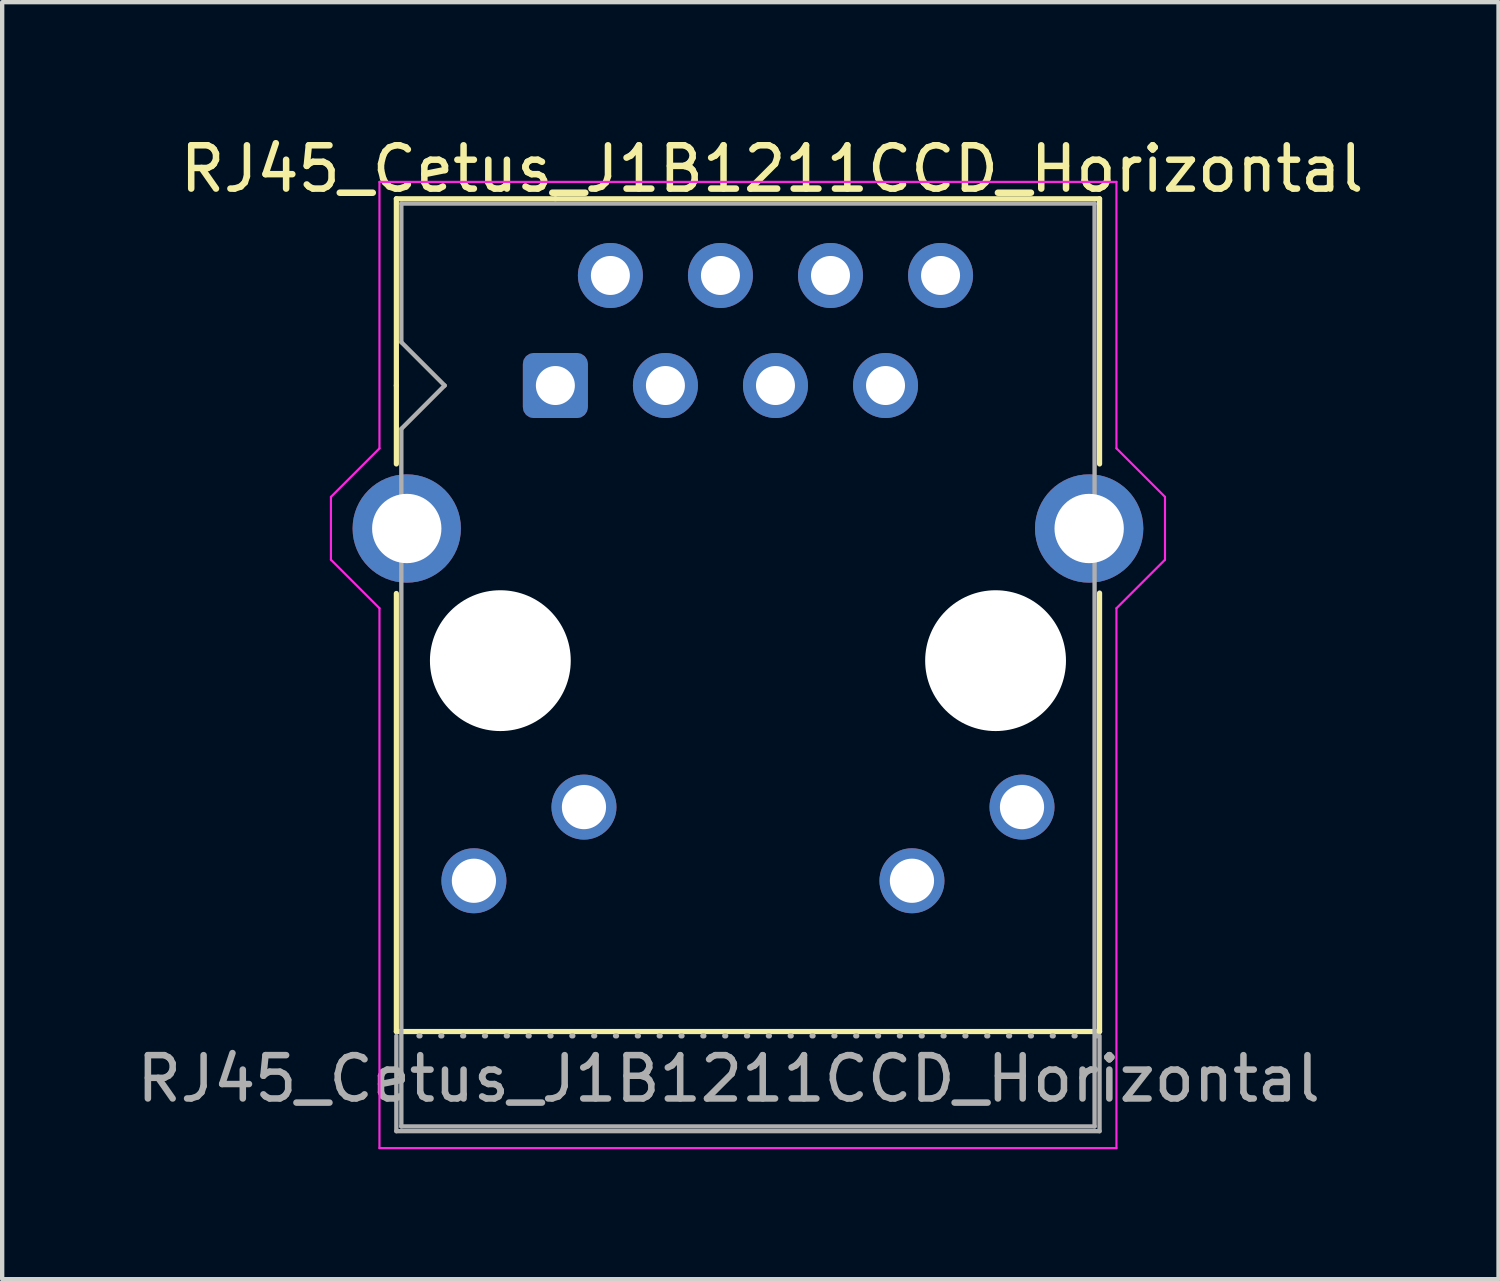
<source format=kicad_pcb>
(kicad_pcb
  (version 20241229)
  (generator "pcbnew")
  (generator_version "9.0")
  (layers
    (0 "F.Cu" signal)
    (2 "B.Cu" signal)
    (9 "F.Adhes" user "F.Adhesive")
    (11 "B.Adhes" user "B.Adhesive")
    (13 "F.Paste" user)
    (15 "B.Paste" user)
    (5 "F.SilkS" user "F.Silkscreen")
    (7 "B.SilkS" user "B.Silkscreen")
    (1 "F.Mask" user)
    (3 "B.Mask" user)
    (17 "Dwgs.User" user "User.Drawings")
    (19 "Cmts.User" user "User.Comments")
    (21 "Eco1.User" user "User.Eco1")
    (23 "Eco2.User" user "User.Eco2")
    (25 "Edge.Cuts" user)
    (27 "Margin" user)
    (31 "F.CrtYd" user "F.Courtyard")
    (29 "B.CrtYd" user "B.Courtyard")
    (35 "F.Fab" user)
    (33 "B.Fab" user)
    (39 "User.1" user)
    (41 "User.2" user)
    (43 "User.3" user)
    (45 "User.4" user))
  (footprint "RJ45_Cetus_J1B1211CCD_Horizontal"
    (layer "F.Cu")
    (at 9.768 5.848)
    (property "Reference" "RJ45_Cetus_J1B1211CCD_Horizontal" (at 5 -5 0) (layer "F.SilkS") (effects (font (size 1 1) (thickness 0.15))))
    (attr through_hole)
    (fp_line (start -3.67 -4.31) (end 0 -4.31) (stroke (width 0.12) (type default)) (layer "F.SilkS"))
    (fp_line (start -3.67 0) (end -3.67 -4.31) (stroke (width 0.12) (type default)) (layer "F.SilkS"))
    (fp_line (start -3.67 0) (end -3.67 1.81) (stroke (width 0.12) (type solid)) (layer "F.SilkS"))
    (fp_line (start -3.67 4.8) (end -3.67 14.91) (stroke (width 0.12) (type solid)) (layer "F.SilkS"))
    (fp_line (start 0 -4.31) (end 12.56 -4.31) (stroke (width 0.12) (type solid)) (layer "F.SilkS"))
    (fp_line (start 12.56 -4.31) (end 12.56 1.81) (stroke (width 0.12) (type solid)) (layer "F.SilkS"))
    (fp_line (start 12.56 4.79) (end 12.56 14.91) (stroke (width 0.12) (type solid)) (layer "F.SilkS"))
    (fp_line (start 12.56 14.91) (end -3.67 14.91) (stroke (width 0.12) (type solid)) (layer "F.SilkS"))
    (fp_line (start -5.18 4.02) (end -5.18 2.57) (stroke (width 0.05) (type solid)) (layer "F.CrtYd"))
    (fp_line (start -5.18 4.02) (end -4.06 5.14) (stroke (width 0.05) (type solid)) (layer "F.CrtYd"))
    (fp_line (start -4.06 -4.7) (end 12.95 -4.7) (stroke (width 0.05) (type solid)) (layer "F.CrtYd"))
    (fp_line (start -4.06 1.45) (end -5.18 2.57) (stroke (width 0.05) (type solid)) (layer "F.CrtYd"))
    (fp_line (start -4.06 1.45) (end -4.06 -4.7) (stroke (width 0.05) (type solid)) (layer "F.CrtYd"))
    (fp_line (start -4.06 5.14) (end -4.06 17.6) (stroke (width 0.05) (type solid)) (layer "F.CrtYd"))
    (fp_line (start -4.06 17.6) (end 12.95 17.6) (stroke (width 0.05) (type solid)) (layer "F.CrtYd"))
    (fp_line (start 12.95 1.45) (end 12.95 -4.7) (stroke (width 0.05) (type solid)) (layer "F.CrtYd"))
    (fp_line (start 12.95 1.45) (end 14.07 2.57) (stroke (width 0.05) (type solid)) (layer "F.CrtYd"))
    (fp_line (start 12.95 5.14) (end 12.95 17.6) (stroke (width 0.05) (type solid)) (layer "F.CrtYd"))
    (fp_line (start 14.07 4.02) (end 12.95 5.14) (stroke (width 0.05) (type solid)) (layer "F.CrtYd"))
    (fp_line (start 14.07 4.02) (end 14.07 2.57) (stroke (width 0.05) (type solid)) (layer "F.CrtYd"))
    (fp_line (start -3.67 15.01) (end -3.67 17.21) (stroke (width 0.1) (type default)) (layer "F.Fab"))
    (fp_line (start -3.555 -4.2) (end -3.555 -1) (stroke (width 0.1) (type solid)) (layer "F.Fab"))
    (fp_line (start -3.555 -4.2) (end 12.445 -4.2) (stroke (width 0.1) (type solid)) (layer "F.Fab"))
    (fp_line (start -3.555 1) (end -3.555 17.1) (stroke (width 0.1) (type solid)) (layer "F.Fab"))
    (fp_line (start -3.555 17.1) (end 12.445 17.1) (stroke (width 0.1) (type solid)) (layer "F.Fab"))
    (fp_line (start -2.555 0) (end -3.555 -1) (stroke (width 0.1) (type solid)) (layer "F.Fab"))
    (fp_line (start -2.555 0) (end -3.555 1) (stroke (width 0.1) (type solid)) (layer "F.Fab"))
    (fp_line (start 12.445 -4.2) (end 12.445 17.1) (stroke (width 0.1) (type solid)) (layer "F.Fab"))
    (fp_line (start 12.5 15.01) (end -3.6 15.01) (stroke (width 0.12) (type dot)) (layer "F.Fab"))
    (fp_line (start 12.56 15.01) (end 12.56 17.21) (stroke (width 0.1) (type default)) (layer "F.Fab"))
    (fp_line (start 12.56 17.21) (end -3.67 17.21) (stroke (width 0.1) (type solid)) (layer "F.Fab"))
    (fp_text user "${REFERENCE}" (at 4 16 0) (layer "F.Fab") (effects (font (size 1 1) (thickness 0.15))))
    (pad "" np_thru_hole circle (at -1.27 6.35) (size 3.25 3.25) (drill 3.25) (layers "*.Cu" "*.Mask"))
    (pad "" np_thru_hole circle (at 10.16 6.35) (size 3.25 3.25) (drill 3.25) (layers "*.Cu" "*.Mask"))
    (pad "1" thru_hole roundrect (at 0 0) (size 1.5 1.5) (drill 0.9) (layers "*.Cu" "*.Mask") (roundrect_rratio 0.167))
    (pad "2" thru_hole circle (at 1.27 -2.54) (size 1.5 1.5) (drill 0.9) (layers "*.Cu" "*.Mask"))
    (pad "3" thru_hole circle (at 2.54 0) (size 1.5 1.5) (drill 0.9) (layers "*.Cu" "*.Mask"))
    (pad "4" thru_hole circle (at 3.81 -2.54) (size 1.5 1.5) (drill 0.9) (layers "*.Cu" "*.Mask"))
    (pad "5" thru_hole circle (at 5.08 0) (size 1.5 1.5) (drill 0.9) (layers "*.Cu" "*.Mask"))
    (pad "6" thru_hole circle (at 6.35 -2.54) (size 1.5 1.5) (drill 0.9) (layers "*.Cu" "*.Mask"))
    (pad "7" thru_hole circle (at 7.62 0) (size 1.5 1.5) (drill 0.9) (layers "*.Cu" "*.Mask"))
    (pad "8" thru_hole circle (at 8.89 -2.54) (size 1.5 1.5) (drill 0.9) (layers "*.Cu" "*.Mask"))
    (pad "9" thru_hole circle (at -1.88 11.43) (size 1.5 1.5) (drill 1.02) (layers "*.Cu" "*.Mask"))
    (pad "10" thru_hole circle (at 0.66 9.73) (size 1.5 1.5) (drill 1.02) (layers "*.Cu" "*.Mask"))
    (pad "11" thru_hole circle (at 8.23 11.43) (size 1.5 1.5) (drill 1.02) (layers "*.Cu" "*.Mask"))
    (pad "12" thru_hole circle (at 10.77 9.73) (size 1.5 1.5) (drill 1.02) (layers "*.Cu" "*.Mask"))
    (pad "13" thru_hole circle (at -3.43 3.3) (size 2.5 2.5) (drill 1.6) (layers "*.Cu" "*.Mask"))
    (pad "13" thru_hole circle (at 12.32 3.3) (size 2.5 2.5) (drill 1.6) (layers "*.Cu" "*.Mask")))
  (gr_rect
    (start -3 -3)
    (end 31.536 26.473)
    (stroke (width 0.1) (type default))
    (fill no)
    (layer "Edge.Cuts")))
</source>
